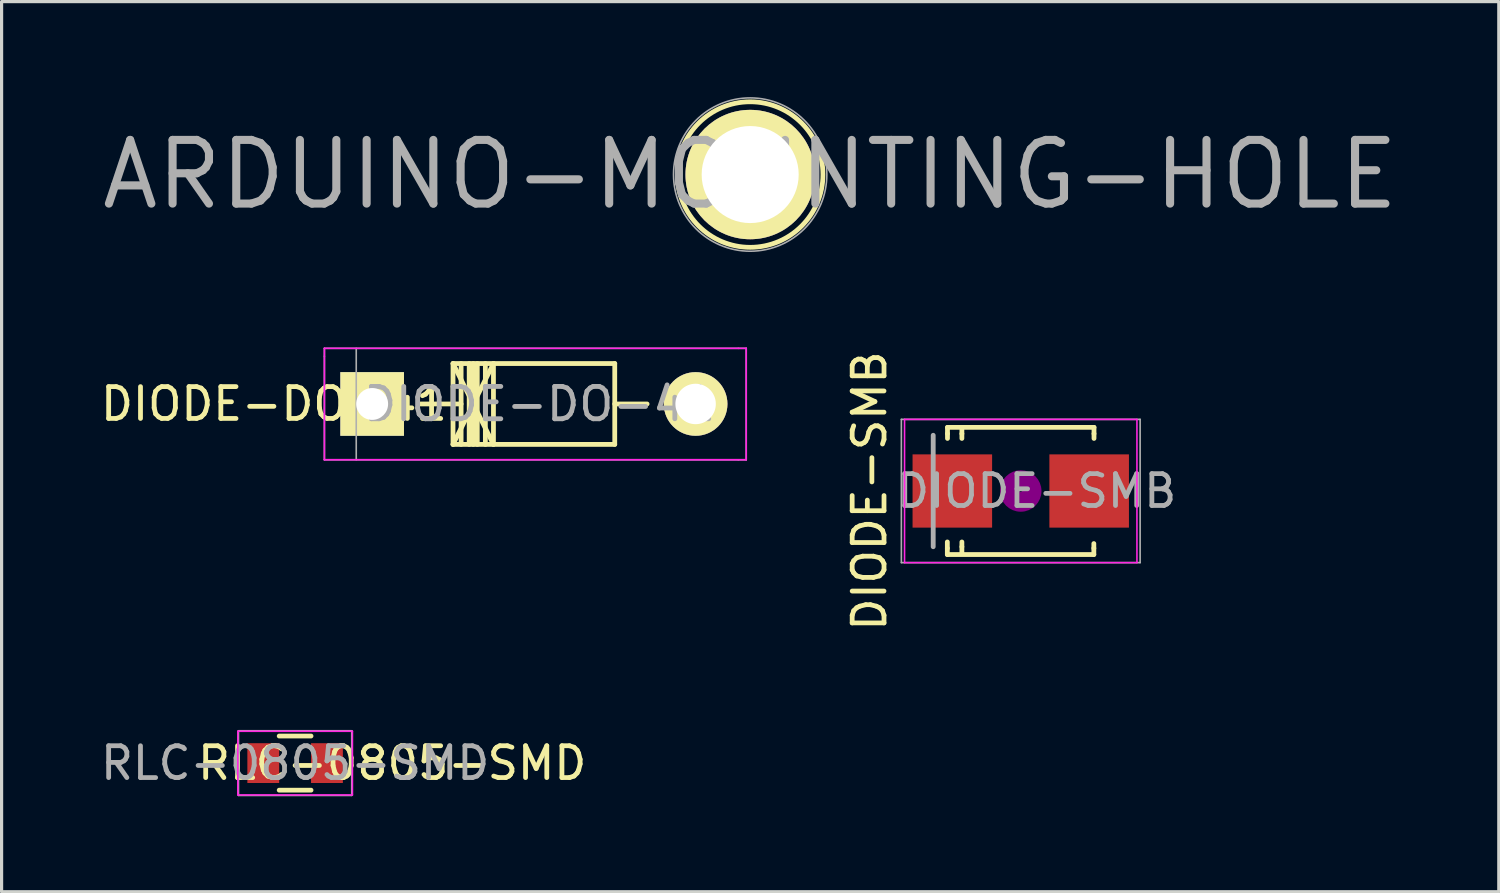
<source format=kicad_pcb>
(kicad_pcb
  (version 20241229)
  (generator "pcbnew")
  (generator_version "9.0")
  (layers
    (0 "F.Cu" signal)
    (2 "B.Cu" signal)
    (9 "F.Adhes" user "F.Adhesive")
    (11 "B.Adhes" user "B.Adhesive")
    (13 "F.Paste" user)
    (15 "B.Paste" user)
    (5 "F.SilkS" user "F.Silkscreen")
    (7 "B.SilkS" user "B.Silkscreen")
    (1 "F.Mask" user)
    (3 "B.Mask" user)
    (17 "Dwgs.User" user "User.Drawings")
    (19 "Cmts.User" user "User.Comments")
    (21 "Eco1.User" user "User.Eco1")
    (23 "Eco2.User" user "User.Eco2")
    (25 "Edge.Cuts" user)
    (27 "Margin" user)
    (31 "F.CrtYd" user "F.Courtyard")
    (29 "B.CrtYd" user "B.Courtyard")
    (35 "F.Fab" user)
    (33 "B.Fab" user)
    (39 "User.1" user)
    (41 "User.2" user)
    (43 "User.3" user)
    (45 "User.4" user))
  (footprint "DIODE-SMB"
    (layer "F.Cu")
    (at 29.013 12.373)
    (property "Reference" "DIODE-SMB" (at 0.5 0 0) (layer "F.Fab") (effects (font (size 1 1) (thickness 0.15))))
    (attr smd)
    (fp_line (start -2.306 1.8) (end -2.306 1.6) (stroke (width 0.15) (type solid)) (layer "F.SilkS"))
    (fp_line (start -2.306 1.996) (end -2.306 1.798) (stroke (width 0.15) (type solid)) (layer "F.SilkS"))
    (fp_line (start -2.306 1.996) (end 2.296 1.996) (stroke (width 0.15) (type solid)) (layer "F.SilkS"))
    (fp_line (start -2.301 -1.999) (end -2.301 -1.801) (stroke (width 0.15) (type solid)) (layer "F.SilkS"))
    (fp_line (start -2.301 -1.999) (end 2.301 -1.999) (stroke (width 0.15) (type solid)) (layer "F.SilkS"))
    (fp_line (start -2.301 -1.8) (end -2.301 -1.651) (stroke (width 0.15) (type solid)) (layer "F.SilkS"))
    (fp_line (start -1.849 -1.999) (end -1.849 -1.801) (stroke (width 0.15) (type solid)) (layer "F.SilkS"))
    (fp_line (start -1.849 -1.8) (end -1.849 -1.651) (stroke (width 0.15) (type solid)) (layer "F.SilkS"))
    (fp_line (start -1.849 1.75) (end -1.849 1.601) (stroke (width 0.15) (type solid)) (layer "F.SilkS"))
    (fp_line (start -1.849 1.949) (end -1.849 1.751) (stroke (width 0.15) (type solid)) (layer "F.SilkS"))
    (fp_line (start 2.296 1.8) (end 2.296 1.651) (stroke (width 0.15) (type solid)) (layer "F.SilkS"))
    (fp_line (start 2.296 1.996) (end 2.296 1.798) (stroke (width 0.15) (type solid)) (layer "F.SilkS"))
    (fp_line (start 2.301 -1.999) (end 2.301 -1.801) (stroke (width 0.15) (type solid)) (layer "F.SilkS"))
    (fp_line (start 2.301 -1.8) (end 2.301 -1.651) (stroke (width 0.15) (type solid)) (layer "F.SilkS"))
    (fp_circle (center 0 0) (end 0.201 0.099) (stroke (width 0.381) (type solid)) (fill no) (layer "F.Adhes"))
    (fp_circle (center 0 0) (end 0.45 0.099) (stroke (width 0.381) (type solid)) (fill no) (layer "F.Adhes"))
    (fp_line (start -3.65 -2.25) (end 3.65 -2.25) (stroke (width 0.05) (type solid)) (layer "F.CrtYd"))
    (fp_line (start -3.65 2.25) (end -3.65 -2.25) (stroke (width 0.05) (type solid)) (layer "F.CrtYd"))
    (fp_line (start 3.65 -2.25) (end 3.65 2.25) (stroke (width 0.05) (type solid)) (layer "F.CrtYd"))
    (fp_line (start 3.65 2.25) (end -3.65 2.25) (stroke (width 0.05) (type solid)) (layer "F.CrtYd"))
    (fp_line (start -3.75 -2.25) (end -3.75 2.25) (stroke (width 0.051) (type solid)) (layer "F.Fab"))
    (fp_line (start -3.75 2.25) (end 3.75 2.25) (stroke (width 0.051) (type solid)) (layer "F.Fab"))
    (fp_line (start -2.75 -1.75) (end -2.75 1.75) (stroke (width 0.152) (type solid)) (layer "F.Fab"))
    (fp_line (start 3.75 -2.25) (end -3.75 -2.25) (stroke (width 0.051) (type solid)) (layer "F.Fab"))
    (fp_line (start 3.75 2.25) (end 3.75 -2.25) (stroke (width 0.051) (type solid)) (layer "F.Fab"))
    (fp_text user "${REFERENCE}" (at -4.75 0 90) (layer "F.SilkS") (effects (font (size 1 1) (thickness 0.15))))
    (pad "1" smd rect (at -2.149 0) (size 2.499 2.301) (layers "F.Cu" "F.Mask" "F.Paste"))
    (pad "2" smd rect (at 2.149 0) (size 2.499 2.301) (layers "F.Cu" "F.Mask" "F.Paste")))
  (footprint "ARDUINO-MOUNTING-HOLE"
    (layer "F.Cu")
    (at 20.514 2.433)
    (property "Reference" "ARDUINO-MOUNTING-HOLE" (at 0 0 0) (layer "F.Fab") (effects (font (size 2 2) (thickness 0.254))))
    (attr through_hole)
    (fp_circle (center 0 0) (end 0 -2.286) (stroke (width 0.15) (type solid)) (fill no) (layer "F.SilkS"))
    (fp_circle (center 0 0) (end 1.6 1.8) (stroke (width 0.05) (type solid)) (fill no) (layer "F.Fab"))
    (pad "1" thru_hole circle (at 0 0) (size 4.064 4.064) (drill 3.048) (layers "*.Cu" "*.Mask" "F.SilkS")))
  (footprint "DIODE-DO-41"
    (layer "F.Cu")
    (at 8.64 9.642)
    (property "Reference" "DIODE-DO-41" (at 5.25 0 0) (layer "F.Fab") (effects (font (size 1.016 1.016) (thickness 0.152))))
    (attr through_hole)
    (fp_line (start 2.54 -1.273) (end 3.81 1.267) (stroke (width 0.15) (type solid)) (layer "F.SilkS"))
    (fp_line (start 2.54 -1.273) (end 7.62 -1.273) (stroke (width 0.15) (type solid)) (layer "F.SilkS"))
    (fp_line (start 2.54 1.267) (end 2.54 -1.273) (stroke (width 0.15) (type solid)) (layer "F.SilkS"))
    (fp_line (start 2.794 -1.273) (end 2.794 1.267) (stroke (width 0.15) (type solid)) (layer "F.SilkS"))
    (fp_line (start 2.794 -0.003) (end 1.524 -0.003) (stroke (width 0.15) (type solid)) (layer "F.SilkS"))
    (fp_line (start 3.048 -1.273) (end 3.048 1.267) (stroke (width 0.15) (type solid)) (layer "F.SilkS"))
    (fp_line (start 3.175 -1.273) (end 3.175 1.267) (stroke (width 0.15) (type solid)) (layer "F.SilkS"))
    (fp_line (start 3.302 -1.273) (end 3.302 1.267) (stroke (width 0.15) (type solid)) (layer "F.SilkS"))
    (fp_line (start 3.556 -1.273) (end 3.556 1.267) (stroke (width 0.15) (type solid)) (layer "F.SilkS"))
    (fp_line (start 3.81 -1.273) (end 2.54 1.267) (stroke (width 0.15) (type solid)) (layer "F.SilkS"))
    (fp_line (start 3.81 -1.273) (end 3.81 1.267) (stroke (width 0.15) (type solid)) (layer "F.SilkS"))
    (fp_line (start 7.62 -1.273) (end 7.62 1.267) (stroke (width 0.15) (type solid)) (layer "F.SilkS"))
    (fp_line (start 7.62 -0.003) (end 8.636 -0.003) (stroke (width 0.15) (type solid)) (layer "F.SilkS"))
    (fp_line (start 7.62 1.267) (end 2.54 1.267) (stroke (width 0.15) (type solid)) (layer "F.SilkS"))
    (fp_line (start -1.5 -1.75) (end 11.5 -1.75) (stroke (width 0.051) (type solid)) (layer "F.CrtYd"))
    (fp_line (start -1.5 1.75) (end -1.5 -1.75) (stroke (width 0.051) (type solid)) (layer "F.CrtYd"))
    (fp_line (start 11.5 -1.75) (end 11.75 -1.75) (stroke (width 0.051) (type solid)) (layer "F.CrtYd"))
    (fp_line (start 11.75 -1.75) (end 11.75 1.75) (stroke (width 0.051) (type solid)) (layer "F.CrtYd"))
    (fp_line (start 11.75 1.75) (end -1.5 1.75) (stroke (width 0.051) (type solid)) (layer "F.CrtYd"))
    (fp_line (start -1.5 -1.75) (end -1.5 -1.5) (stroke (width 0.051) (type solid)) (layer "F.Fab"))
    (fp_line (start -1.5 -1.5) (end -1.5 1.75) (stroke (width 0.051) (type solid)) (layer "F.Fab"))
    (fp_line (start -1.5 1.75) (end 11.5 1.75) (stroke (width 0.051) (type solid)) (layer "F.Fab"))
    (fp_line (start -0.5 -1.75) (end -0.5 1.75) (stroke (width 0.051) (type solid)) (layer "F.Fab"))
    (fp_line (start 11.5 1.75) (end 11.75 1.75) (stroke (width 0.051) (type solid)) (layer "F.Fab"))
    (fp_line (start 11.75 -1.75) (end -1.5 -1.75) (stroke (width 0.051) (type solid)) (layer "F.Fab"))
    (fp_line (start 11.75 1.75) (end 11.75 -1.75) (stroke (width 0.051) (type solid)) (layer "F.Fab"))
    (fp_text user "${REFERENCE}" (at -3.086 -0.003 0) (layer "F.SilkS") (effects (font (size 1 1) (thickness 0.15))))
    (pad "1" thru_hole rect (at 0 -0.003 180) (size 1.999 1.999) (drill 1.001) (layers "*.Cu" "*.Mask" "F.SilkS"))
    (pad "2" thru_hole circle (at 10.16 -0.003 180) (size 1.999 1.999) (drill 1.27) (layers "*.Cu" "*.Mask" "F.SilkS")))
  (footprint "RLC-0805-SMD"
    (layer "F.Cu")
    (at 6.22 20.92)
    (property "Reference" "RLC-0805-SMD" (at 0 0 180) (layer "F.Fab") (effects (font (size 1 1) (thickness 0.15))))
    (attr smd)
    (fp_line (start -0.5 0.85) (end 0.5 0.85) (stroke (width 0.15) (type solid)) (layer "F.SilkS"))
    (fp_line (start 0.5 -0.85) (end -0.5 -0.85) (stroke (width 0.15) (type solid)) (layer "F.SilkS"))
    (fp_line (start -1.8 -1) (end -1.8 1) (stroke (width 0.05) (type solid)) (layer "F.CrtYd"))
    (fp_line (start -1.8 -1) (end 1.8 -1) (stroke (width 0.05) (type solid)) (layer "F.CrtYd"))
    (fp_line (start -1.8 1) (end 1.8 1) (stroke (width 0.05) (type solid)) (layer "F.CrtYd"))
    (fp_line (start 1.8 -1) (end 1.8 1) (stroke (width 0.05) (type solid)) (layer "F.CrtYd"))
    (fp_line (start -1.778 -1.016) (end -1.778 1.016) (stroke (width 0.05) (type solid)) (layer "F.Fab"))
    (fp_line (start -1.778 1.016) (end 1.778 1.016) (stroke (width 0.05) (type solid)) (layer "F.Fab"))
    (fp_line (start 1.778 -1.016) (end -1.778 -1.016) (stroke (width 0.05) (type solid)) (layer "F.Fab"))
    (fp_line (start 1.778 1.016) (end 1.778 -1.016) (stroke (width 0.05) (type solid)) (layer "F.Fab"))
    (fp_text user "${REFERENCE}" (at 3.048 0 0) (layer "F.SilkS") (effects (font (size 1 1) (thickness 0.15))))
    (pad "1" smd rect (at -1 0) (size 1 1.25) (layers "F.Cu" "F.Mask" "F.Paste"))
    (pad "2" smd rect (at 1 0) (size 1 1.25) (layers "F.Cu" "F.Mask" "F.Paste")))
  (gr_rect
    (start -3 -3)
    (end 44.029 24.961)
    (stroke (width 0.1) (type default))
    (fill no)
    (layer "Edge.Cuts")))
</source>
